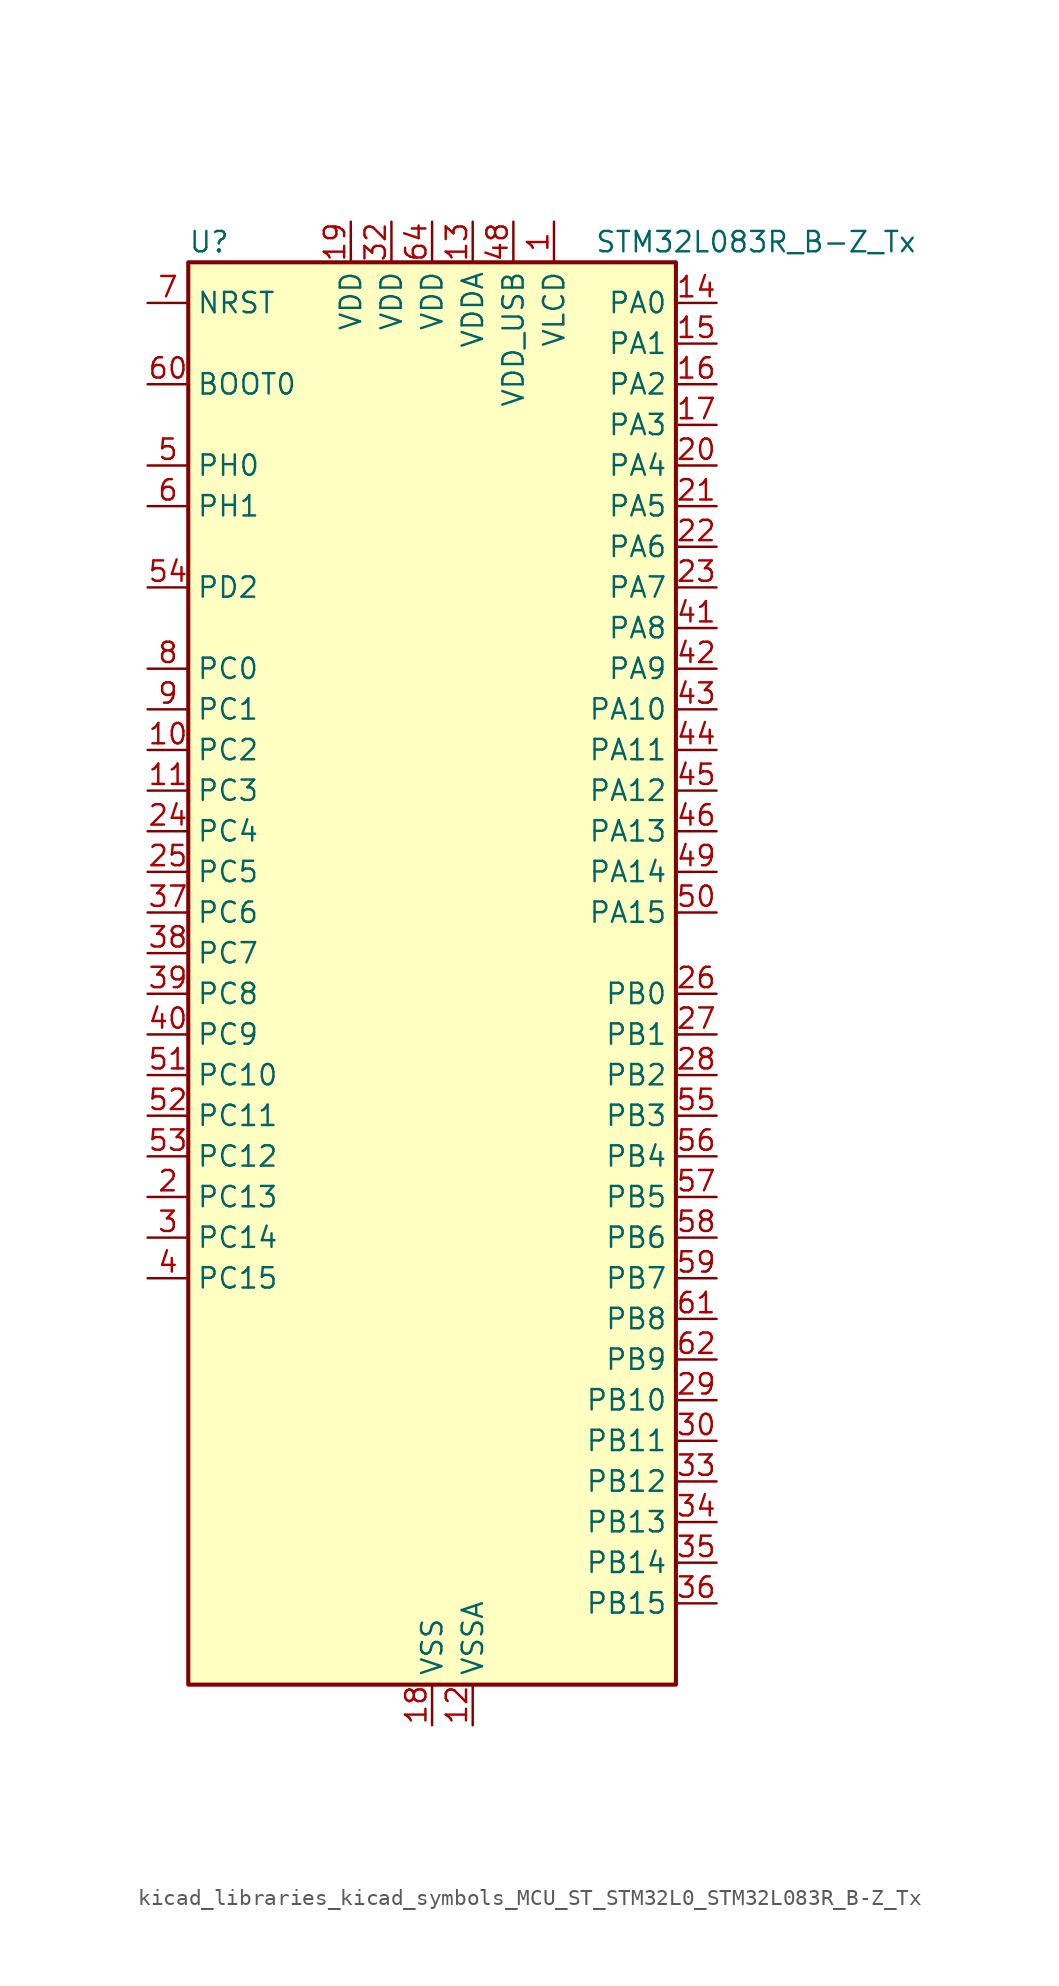
<source format=kicad_sym>
(kicad_symbol_lib
  (version 20220914)
  (generator kicad_symbol_editor)
  (symbol "kicad_libraries_kicad_symbols_MCU_ST_STM32L0_STM32L083R_B-Z_Tx"
    (property "Reference" "U"
      (at -15.24 46.99 0)
      (effects (font (size 1.27 1.27)) (justify left)))
    (property "Value" "STM32L083R_B-Z_Tx"
      (at 10.16 46.99 0)
      (effects (font (size 1.27 1.27)) (justify left)))
    (property "ki_locked" ""
      (at 0 0 0)
      (effects (font (size 1.27 1.27))))
    (symbol "kicad_libraries_kicad_symbols_MCU_ST_STM32L0_STM32L083R_B-Z_Tx_0_1"
      (rectangle (start -15.24 -43.18) (end 15.24 45.72) (stroke (width 0.254) (type default)) (fill (type background))))
    (symbol "kicad_libraries_kicad_symbols_MCU_ST_STM32L0_STM32L083R_B-Z_Tx_1_1"
      (pin power_in line (at 7.62 48.26 270) (length 2.54) (name "VLCD" (effects (font (size 1.27 1.27)))) (number "1" (effects (font (size 1.27 1.27)))))
      (pin bidirectional line (at -17.78 15.24 0) (length 2.54) (name "PC2" (effects (font (size 1.27 1.27)))) (number "10" (effects (font (size 1.27 1.27)))) (alternate "ADC_IN12" bidirectional line) (alternate "I2S2_MCK" bidirectional line) (alternate "LCD_SEG20" bidirectional line) (alternate "LPTIM1_IN2" bidirectional line) (alternate "SPI2_MISO" bidirectional line) (alternate "TSC_G7_IO3" bidirectional line))
      (pin bidirectional line (at -17.78 12.7 0) (length 2.54) (name "PC3" (effects (font (size 1.27 1.27)))) (number "11" (effects (font (size 1.27 1.27)))) (alternate "ADC_IN13" bidirectional line) (alternate "I2S2_SD" bidirectional line) (alternate "LCD_SEG21" bidirectional line) (alternate "LPTIM1_ETR" bidirectional line) (alternate "SPI2_MOSI" bidirectional line) (alternate "TSC_G7_IO4" bidirectional line))
      (pin power_in line (at 2.54 -45.72 90) (length 2.54) (name "VSSA" (effects (font (size 1.27 1.27)))) (number "12" (effects (font (size 1.27 1.27)))))
      (pin power_in line (at 2.54 48.26 270) (length 2.54) (name "VDDA" (effects (font (size 1.27 1.27)))) (number "13" (effects (font (size 1.27 1.27)))))
      (pin bidirectional line (at 17.78 43.18 180) (length 2.54) (name "PA0" (effects (font (size 1.27 1.27)))) (number "14" (effects (font (size 1.27 1.27)))) (alternate "ADC_IN0" bidirectional line) (alternate "COMP1_INM" bidirectional line) (alternate "COMP1_OUT" bidirectional line) (alternate "RTC_TAMP2" bidirectional line) (alternate "SYS_WKUP1" bidirectional line) (alternate "TIM2_CH1" bidirectional line) (alternate "TIM2_ETR" bidirectional line) (alternate "TSC_G1_IO1" bidirectional line) (alternate "USART2_CTS" bidirectional line) (alternate "USART4_TX" bidirectional line))
      (pin bidirectional line (at 17.78 40.64 180) (length 2.54) (name "PA1" (effects (font (size 1.27 1.27)))) (number "15" (effects (font (size 1.27 1.27)))) (alternate "ADC_IN1" bidirectional line) (alternate "COMP1_INP" bidirectional line) (alternate "LCD_SEG0" bidirectional line) (alternate "TIM21_ETR" bidirectional line) (alternate "TIM2_CH2" bidirectional line) (alternate "TSC_G1_IO2" bidirectional line) (alternate "USART2_DE" bidirectional line) (alternate "USART2_RTS" bidirectional line) (alternate "USART4_RX" bidirectional line))
      (pin bidirectional line (at 17.78 38.1 180) (length 2.54) (name "PA2" (effects (font (size 1.27 1.27)))) (number "16" (effects (font (size 1.27 1.27)))) (alternate "ADC_IN2" bidirectional line) (alternate "COMP2_INM" bidirectional line) (alternate "COMP2_OUT" bidirectional line) (alternate "LCD_SEG1" bidirectional line) (alternate "LPUART1_TX" bidirectional line) (alternate "TIM21_CH1" bidirectional line) (alternate "TIM2_CH3" bidirectional line) (alternate "TSC_G1_IO3" bidirectional line) (alternate "USART2_TX" bidirectional line))
      (pin bidirectional line (at 17.78 35.56 180) (length 2.54) (name "PA3" (effects (font (size 1.27 1.27)))) (number "17" (effects (font (size 1.27 1.27)))) (alternate "ADC_IN3" bidirectional line) (alternate "COMP2_INP" bidirectional line) (alternate "LCD_SEG2" bidirectional line) (alternate "LPUART1_RX" bidirectional line) (alternate "TIM21_CH2" bidirectional line) (alternate "TIM2_CH4" bidirectional line) (alternate "TSC_G1_IO4" bidirectional line) (alternate "USART2_RX" bidirectional line))
      (pin power_in line (at 0 -45.72 90) (length 2.54) (name "VSS" (effects (font (size 1.27 1.27)))) (number "18" (effects (font (size 1.27 1.27)))))
      (pin power_in line (at -5.08 48.26 270) (length 2.54) (name "VDD" (effects (font (size 1.27 1.27)))) (number "19" (effects (font (size 1.27 1.27)))))
      (pin bidirectional line (at -17.78 -12.7 0) (length 2.54) (name "PC13" (effects (font (size 1.27 1.27)))) (number "2" (effects (font (size 1.27 1.27)))) (alternate "RTC_OUT_ALARM" bidirectional line) (alternate "RTC_OUT_CALIB" bidirectional line) (alternate "RTC_TAMP1" bidirectional line) (alternate "RTC_TS" bidirectional line) (alternate "SYS_WKUP2" bidirectional line))
      (pin bidirectional line (at 17.78 33.02 180) (length 2.54) (name "PA4" (effects (font (size 1.27 1.27)))) (number "20" (effects (font (size 1.27 1.27)))) (alternate "ADC_IN4" bidirectional line) (alternate "COMP1_INM" bidirectional line) (alternate "COMP2_INM" bidirectional line) (alternate "DAC_OUT1" bidirectional line) (alternate "SPI1_NSS" bidirectional line) (alternate "TIM22_ETR" bidirectional line) (alternate "TSC_G2_IO1" bidirectional line) (alternate "USART2_CK" bidirectional line))
      (pin bidirectional line (at 17.78 30.48 180) (length 2.54) (name "PA5" (effects (font (size 1.27 1.27)))) (number "21" (effects (font (size 1.27 1.27)))) (alternate "ADC_IN5" bidirectional line) (alternate "COMP1_INM" bidirectional line) (alternate "COMP2_INM" bidirectional line) (alternate "DAC_OUT2" bidirectional line) (alternate "SPI1_SCK" bidirectional line) (alternate "TIM2_CH1" bidirectional line) (alternate "TIM2_ETR" bidirectional line) (alternate "TSC_G2_IO2" bidirectional line))
      (pin bidirectional line (at 17.78 27.94 180) (length 2.54) (name "PA6" (effects (font (size 1.27 1.27)))) (number "22" (effects (font (size 1.27 1.27)))) (alternate "ADC_IN6" bidirectional line) (alternate "COMP1_OUT" bidirectional line) (alternate "LCD_SEG3" bidirectional line) (alternate "LPUART1_CTS" bidirectional line) (alternate "SPI1_MISO" bidirectional line) (alternate "TIM22_CH1" bidirectional line) (alternate "TIM3_CH1" bidirectional line) (alternate "TSC_G2_IO3" bidirectional line))
      (pin bidirectional line (at 17.78 25.4 180) (length 2.54) (name "PA7" (effects (font (size 1.27 1.27)))) (number "23" (effects (font (size 1.27 1.27)))) (alternate "ADC_IN7" bidirectional line) (alternate "COMP2_OUT" bidirectional line) (alternate "LCD_SEG4" bidirectional line) (alternate "SPI1_MOSI" bidirectional line) (alternate "TIM22_CH2" bidirectional line) (alternate "TIM3_CH2" bidirectional line) (alternate "TSC_G2_IO4" bidirectional line))
      (pin bidirectional line (at -17.78 10.16 0) (length 2.54) (name "PC4" (effects (font (size 1.27 1.27)))) (number "24" (effects (font (size 1.27 1.27)))) (alternate "ADC_IN14" bidirectional line) (alternate "LCD_SEG22" bidirectional line) (alternate "LPUART1_TX" bidirectional line))
      (pin bidirectional line (at -17.78 7.62 0) (length 2.54) (name "PC5" (effects (font (size 1.27 1.27)))) (number "25" (effects (font (size 1.27 1.27)))) (alternate "ADC_IN15" bidirectional line) (alternate "LCD_SEG23" bidirectional line) (alternate "LPUART1_RX" bidirectional line) (alternate "TSC_G3_IO1" bidirectional line))
      (pin bidirectional line (at 17.78 0 180) (length 2.54) (name "PB0" (effects (font (size 1.27 1.27)))) (number "26" (effects (font (size 1.27 1.27)))) (alternate "ADC_IN8" bidirectional line) (alternate "LCD_SEG5" bidirectional line) (alternate "LCD_VLCD3" bidirectional line) (alternate "SYS_VREF_OUT_PB0" bidirectional line) (alternate "TIM3_CH3" bidirectional line) (alternate "TSC_G3_IO2" bidirectional line))
      (pin bidirectional line (at 17.78 -2.54 180) (length 2.54) (name "PB1" (effects (font (size 1.27 1.27)))) (number "27" (effects (font (size 1.27 1.27)))) (alternate "ADC_IN9" bidirectional line) (alternate "LCD_SEG6" bidirectional line) (alternate "LPUART1_DE" bidirectional line) (alternate "LPUART1_RTS" bidirectional line) (alternate "SYS_VREF_OUT_PB1" bidirectional line) (alternate "TIM3_CH4" bidirectional line) (alternate "TSC_G3_IO3" bidirectional line))
      (pin bidirectional line (at 17.78 -5.08 180) (length 2.54) (name "PB2" (effects (font (size 1.27 1.27)))) (number "28" (effects (font (size 1.27 1.27)))) (alternate "I2C3_SMBA" bidirectional line) (alternate "LCD_VLCD2" bidirectional line) (alternate "LPTIM1_OUT" bidirectional line) (alternate "TSC_G3_IO4" bidirectional line))
      (pin bidirectional line (at 17.78 -25.4 180) (length 2.54) (name "PB10" (effects (font (size 1.27 1.27)))) (number "29" (effects (font (size 1.27 1.27)))) (alternate "I2C2_SCL" bidirectional line) (alternate "LCD_SEG10" bidirectional line) (alternate "LPUART1_RX" bidirectional line) (alternate "LPUART1_TX" bidirectional line) (alternate "SPI2_SCK" bidirectional line) (alternate "TIM2_CH3" bidirectional line) (alternate "TSC_SYNC" bidirectional line))
      (pin bidirectional line (at -17.78 -15.24 0) (length 2.54) (name "PC14" (effects (font (size 1.27 1.27)))) (number "3" (effects (font (size 1.27 1.27)))) (alternate "RCC_OSC32_IN" bidirectional line))
      (pin bidirectional line (at 17.78 -27.94 180) (length 2.54) (name "PB11" (effects (font (size 1.27 1.27)))) (number "30" (effects (font (size 1.27 1.27)))) (alternate "ADC_EXTI11" bidirectional line) (alternate "I2C2_SDA" bidirectional line) (alternate "LCD_SEG11" bidirectional line) (alternate "LPUART1_RX" bidirectional line) (alternate "LPUART1_TX" bidirectional line) (alternate "TIM2_CH4" bidirectional line) (alternate "TSC_G6_IO1" bidirectional line))
      (pin passive line (at 0 -45.72 90) (length 2.54) hide (name "VSS" (effects (font (size 1.27 1.27)))) (number "31" (effects (font (size 1.27 1.27)))))
      (pin power_in line (at -2.54 48.26 270) (length 2.54) (name "VDD" (effects (font (size 1.27 1.27)))) (number "32" (effects (font (size 1.27 1.27)))))
      (pin bidirectional line (at 17.78 -30.48 180) (length 2.54) (name "PB12" (effects (font (size 1.27 1.27)))) (number "33" (effects (font (size 1.27 1.27)))) (alternate "I2S2_WS" bidirectional line) (alternate "LCD_SEG12" bidirectional line) (alternate "LCD_VLCD2" bidirectional line) (alternate "LPUART1_DE" bidirectional line) (alternate "LPUART1_RTS" bidirectional line) (alternate "SPI2_NSS" bidirectional line) (alternate "TSC_G6_IO2" bidirectional line))
      (pin bidirectional line (at 17.78 -33.02 180) (length 2.54) (name "PB13" (effects (font (size 1.27 1.27)))) (number "34" (effects (font (size 1.27 1.27)))) (alternate "I2C2_SCL" bidirectional line) (alternate "I2S2_CK" bidirectional line) (alternate "LCD_SEG13" bidirectional line) (alternate "LPUART1_CTS" bidirectional line) (alternate "RCC_MCO" bidirectional line) (alternate "SPI2_SCK" bidirectional line) (alternate "TIM21_CH1" bidirectional line) (alternate "TSC_G6_IO3" bidirectional line))
      (pin bidirectional line (at 17.78 -35.56 180) (length 2.54) (name "PB14" (effects (font (size 1.27 1.27)))) (number "35" (effects (font (size 1.27 1.27)))) (alternate "I2C2_SDA" bidirectional line) (alternate "I2S2_MCK" bidirectional line) (alternate "LCD_SEG14" bidirectional line) (alternate "LPUART1_DE" bidirectional line) (alternate "LPUART1_RTS" bidirectional line) (alternate "RTC_OUT_ALARM" bidirectional line) (alternate "RTC_OUT_CALIB" bidirectional line) (alternate "SPI2_MISO" bidirectional line) (alternate "TIM21_CH2" bidirectional line) (alternate "TSC_G6_IO4" bidirectional line))
      (pin bidirectional line (at 17.78 -38.1 180) (length 2.54) (name "PB15" (effects (font (size 1.27 1.27)))) (number "36" (effects (font (size 1.27 1.27)))) (alternate "I2S2_SD" bidirectional line) (alternate "LCD_SEG15" bidirectional line) (alternate "RTC_REFIN" bidirectional line) (alternate "SPI2_MOSI" bidirectional line))
      (pin bidirectional line (at -17.78 5.08 0) (length 2.54) (name "PC6" (effects (font (size 1.27 1.27)))) (number "37" (effects (font (size 1.27 1.27)))) (alternate "LCD_SEG24" bidirectional line) (alternate "TIM22_CH1" bidirectional line) (alternate "TIM3_CH1" bidirectional line) (alternate "TSC_G8_IO1" bidirectional line))
      (pin bidirectional line (at -17.78 2.54 0) (length 2.54) (name "PC7" (effects (font (size 1.27 1.27)))) (number "38" (effects (font (size 1.27 1.27)))) (alternate "LCD_SEG25" bidirectional line) (alternate "TIM22_CH2" bidirectional line) (alternate "TIM3_CH2" bidirectional line) (alternate "TSC_G8_IO2" bidirectional line))
      (pin bidirectional line (at -17.78 0 0) (length 2.54) (name "PC8" (effects (font (size 1.27 1.27)))) (number "39" (effects (font (size 1.27 1.27)))) (alternate "LCD_SEG26" bidirectional line) (alternate "TIM22_ETR" bidirectional line) (alternate "TIM3_CH3" bidirectional line) (alternate "TSC_G8_IO3" bidirectional line))
      (pin bidirectional line (at -17.78 -17.78 0) (length 2.54) (name "PC15" (effects (font (size 1.27 1.27)))) (number "4" (effects (font (size 1.27 1.27)))) (alternate "RCC_OSC32_OUT" bidirectional line))
      (pin bidirectional line (at -17.78 -2.54 0) (length 2.54) (name "PC9" (effects (font (size 1.27 1.27)))) (number "40" (effects (font (size 1.27 1.27)))) (alternate "DAC_EXTI9" bidirectional line) (alternate "I2C3_SDA" bidirectional line) (alternate "LCD_SEG27" bidirectional line) (alternate "TIM21_ETR" bidirectional line) (alternate "TIM3_CH4" bidirectional line) (alternate "TSC_G8_IO4" bidirectional line) (alternate "USB_NOE" bidirectional line))
      (pin bidirectional line (at 17.78 22.86 180) (length 2.54) (name "PA8" (effects (font (size 1.27 1.27)))) (number "41" (effects (font (size 1.27 1.27)))) (alternate "CRS_SYNC" bidirectional line) (alternate "I2C3_SCL" bidirectional line) (alternate "LCD_COM0" bidirectional line) (alternate "RCC_MCO" bidirectional line) (alternate "USART1_CK" bidirectional line))
      (pin bidirectional line (at 17.78 20.32 180) (length 2.54) (name "PA9" (effects (font (size 1.27 1.27)))) (number "42" (effects (font (size 1.27 1.27)))) (alternate "DAC_EXTI9" bidirectional line) (alternate "I2C1_SCL" bidirectional line) (alternate "I2C3_SMBA" bidirectional line) (alternate "LCD_COM1" bidirectional line) (alternate "RCC_MCO" bidirectional line) (alternate "TSC_G4_IO1" bidirectional line) (alternate "USART1_TX" bidirectional line))
      (pin bidirectional line (at 17.78 17.78 180) (length 2.54) (name "PA10" (effects (font (size 1.27 1.27)))) (number "43" (effects (font (size 1.27 1.27)))) (alternate "I2C1_SDA" bidirectional line) (alternate "LCD_COM2" bidirectional line) (alternate "TSC_G4_IO2" bidirectional line) (alternate "USART1_RX" bidirectional line))
      (pin bidirectional line (at 17.78 15.24 180) (length 2.54) (name "PA11" (effects (font (size 1.27 1.27)))) (number "44" (effects (font (size 1.27 1.27)))) (alternate "ADC_EXTI11" bidirectional line) (alternate "COMP1_OUT" bidirectional line) (alternate "SPI1_MISO" bidirectional line) (alternate "TSC_G4_IO3" bidirectional line) (alternate "USART1_CTS" bidirectional line) (alternate "USB_DM" bidirectional line))
      (pin bidirectional line (at 17.78 12.7 180) (length 2.54) (name "PA12" (effects (font (size 1.27 1.27)))) (number "45" (effects (font (size 1.27 1.27)))) (alternate "COMP2_OUT" bidirectional line) (alternate "SPI1_MOSI" bidirectional line) (alternate "TSC_G4_IO4" bidirectional line) (alternate "USART1_DE" bidirectional line) (alternate "USART1_RTS" bidirectional line) (alternate "USB_DP" bidirectional line))
      (pin bidirectional line (at 17.78 10.16 180) (length 2.54) (name "PA13" (effects (font (size 1.27 1.27)))) (number "46" (effects (font (size 1.27 1.27)))) (alternate "LPUART1_RX" bidirectional line) (alternate "SYS_SWDIO" bidirectional line) (alternate "USB_NOE" bidirectional line))
      (pin passive line (at 0 -45.72 90) (length 2.54) hide (name "VSS" (effects (font (size 1.27 1.27)))) (number "47" (effects (font (size 1.27 1.27)))))
      (pin power_in line (at 5.08 48.26 270) (length 2.54) (name "VDD_USB" (effects (font (size 1.27 1.27)))) (number "48" (effects (font (size 1.27 1.27)))))
      (pin bidirectional line (at 17.78 7.62 180) (length 2.54) (name "PA14" (effects (font (size 1.27 1.27)))) (number "49" (effects (font (size 1.27 1.27)))) (alternate "LPUART1_TX" bidirectional line) (alternate "SYS_SWCLK" bidirectional line) (alternate "USART2_TX" bidirectional line))
      (pin bidirectional line (at -17.78 33.02 0) (length 2.54) (name "PH0" (effects (font (size 1.27 1.27)))) (number "5" (effects (font (size 1.27 1.27)))) (alternate "CRS_SYNC" bidirectional line) (alternate "RCC_OSC_IN" bidirectional line))
      (pin bidirectional line (at 17.78 5.08 180) (length 2.54) (name "PA15" (effects (font (size 1.27 1.27)))) (number "50" (effects (font (size 1.27 1.27)))) (alternate "LCD_SEG17" bidirectional line) (alternate "SPI1_NSS" bidirectional line) (alternate "TIM2_CH1" bidirectional line) (alternate "TIM2_ETR" bidirectional line) (alternate "USART2_RX" bidirectional line) (alternate "USART4_DE" bidirectional line) (alternate "USART4_RTS" bidirectional line))
      (pin bidirectional line (at -17.78 -5.08 0) (length 2.54) (name "PC10" (effects (font (size 1.27 1.27)))) (number "51" (effects (font (size 1.27 1.27)))) (alternate "LCD_COM4" bidirectional line) (alternate "LCD_SEG28" bidirectional line) (alternate "LPUART1_TX" bidirectional line) (alternate "USART4_TX" bidirectional line))
      (pin bidirectional line (at -17.78 -7.62 0) (length 2.54) (name "PC11" (effects (font (size 1.27 1.27)))) (number "52" (effects (font (size 1.27 1.27)))) (alternate "ADC_EXTI11" bidirectional line) (alternate "LCD_COM5" bidirectional line) (alternate "LCD_SEG29" bidirectional line) (alternate "LPUART1_RX" bidirectional line) (alternate "USART4_RX" bidirectional line))
      (pin bidirectional line (at -17.78 -10.16 0) (length 2.54) (name "PC12" (effects (font (size 1.27 1.27)))) (number "53" (effects (font (size 1.27 1.27)))) (alternate "LCD_COM6" bidirectional line) (alternate "LCD_SEG30" bidirectional line) (alternate "USART4_CK" bidirectional line) (alternate "USART5_TX" bidirectional line))
      (pin bidirectional line (at -17.78 25.4 0) (length 2.54) (name "PD2" (effects (font (size 1.27 1.27)))) (number "54" (effects (font (size 1.27 1.27)))) (alternate "LCD_COM7" bidirectional line) (alternate "LCD_SEG31" bidirectional line) (alternate "LPUART1_DE" bidirectional line) (alternate "LPUART1_RTS" bidirectional line) (alternate "TIM3_ETR" bidirectional line) (alternate "USART5_RX" bidirectional line))
      (pin bidirectional line (at 17.78 -7.62 180) (length 2.54) (name "PB3" (effects (font (size 1.27 1.27)))) (number "55" (effects (font (size 1.27 1.27)))) (alternate "COMP2_INM" bidirectional line) (alternate "LCD_SEG7" bidirectional line) (alternate "SPI1_SCK" bidirectional line) (alternate "TIM2_CH2" bidirectional line) (alternate "TSC_G5_IO1" bidirectional line) (alternate "USART1_DE" bidirectional line) (alternate "USART1_RTS" bidirectional line) (alternate "USART5_TX" bidirectional line))
      (pin bidirectional line (at 17.78 -10.16 180) (length 2.54) (name "PB4" (effects (font (size 1.27 1.27)))) (number "56" (effects (font (size 1.27 1.27)))) (alternate "COMP2_INP" bidirectional line) (alternate "I2C3_SDA" bidirectional line) (alternate "LCD_SEG8" bidirectional line) (alternate "SPI1_MISO" bidirectional line) (alternate "TIM22_CH1" bidirectional line) (alternate "TIM3_CH1" bidirectional line) (alternate "TSC_G5_IO2" bidirectional line) (alternate "USART1_CTS" bidirectional line) (alternate "USART5_RX" bidirectional line))
      (pin bidirectional line (at 17.78 -12.7 180) (length 2.54) (name "PB5" (effects (font (size 1.27 1.27)))) (number "57" (effects (font (size 1.27 1.27)))) (alternate "COMP2_INP" bidirectional line) (alternate "I2C1_SMBA" bidirectional line) (alternate "LCD_SEG9" bidirectional line) (alternate "LPTIM1_IN1" bidirectional line) (alternate "SPI1_MOSI" bidirectional line) (alternate "TIM22_CH2" bidirectional line) (alternate "TIM3_CH2" bidirectional line) (alternate "USART1_CK" bidirectional line) (alternate "USART5_CK" bidirectional line) (alternate "USART5_DE" bidirectional line) (alternate "USART5_RTS" bidirectional line))
      (pin bidirectional line (at 17.78 -15.24 180) (length 2.54) (name "PB6" (effects (font (size 1.27 1.27)))) (number "58" (effects (font (size 1.27 1.27)))) (alternate "COMP2_INP" bidirectional line) (alternate "I2C1_SCL" bidirectional line) (alternate "LPTIM1_ETR" bidirectional line) (alternate "TSC_G5_IO3" bidirectional line) (alternate "USART1_TX" bidirectional line))
      (pin bidirectional line (at 17.78 -17.78 180) (length 2.54) (name "PB7" (effects (font (size 1.27 1.27)))) (number "59" (effects (font (size 1.27 1.27)))) (alternate "COMP2_INP" bidirectional line) (alternate "I2C1_SDA" bidirectional line) (alternate "LPTIM1_IN2" bidirectional line) (alternate "SYS_PVD_IN" bidirectional line) (alternate "TSC_G5_IO4" bidirectional line) (alternate "USART1_RX" bidirectional line) (alternate "USART4_CTS" bidirectional line))
      (pin bidirectional line (at -17.78 30.48 0) (length 2.54) (name "PH1" (effects (font (size 1.27 1.27)))) (number "6" (effects (font (size 1.27 1.27)))) (alternate "RCC_OSC_OUT" bidirectional line))
      (pin input line (at -17.78 38.1 0) (length 2.54) (name "BOOT0" (effects (font (size 1.27 1.27)))) (number "60" (effects (font (size 1.27 1.27)))))
      (pin bidirectional line (at 17.78 -20.32 180) (length 2.54) (name "PB8" (effects (font (size 1.27 1.27)))) (number "61" (effects (font (size 1.27 1.27)))) (alternate "I2C1_SCL" bidirectional line) (alternate "LCD_SEG16" bidirectional line) (alternate "TSC_SYNC" bidirectional line))
      (pin bidirectional line (at 17.78 -22.86 180) (length 2.54) (name "PB9" (effects (font (size 1.27 1.27)))) (number "62" (effects (font (size 1.27 1.27)))) (alternate "DAC_EXTI9" bidirectional line) (alternate "I2C1_SDA" bidirectional line) (alternate "I2S2_WS" bidirectional line) (alternate "LCD_COM3" bidirectional line) (alternate "SPI2_NSS" bidirectional line))
      (pin passive line (at 0 -45.72 90) (length 2.54) hide (name "VSS" (effects (font (size 1.27 1.27)))) (number "63" (effects (font (size 1.27 1.27)))))
      (pin power_in line (at 0 48.26 270) (length 2.54) (name "VDD" (effects (font (size 1.27 1.27)))) (number "64" (effects (font (size 1.27 1.27)))))
      (pin input line (at -17.78 43.18 0) (length 2.54) (name "NRST" (effects (font (size 1.27 1.27)))) (number "7" (effects (font (size 1.27 1.27)))))
      (pin bidirectional line (at -17.78 20.32 0) (length 2.54) (name "PC0" (effects (font (size 1.27 1.27)))) (number "8" (effects (font (size 1.27 1.27)))) (alternate "ADC_IN10" bidirectional line) (alternate "I2C3_SCL" bidirectional line) (alternate "LCD_SEG18" bidirectional line) (alternate "LPTIM1_IN1" bidirectional line) (alternate "LPUART1_RX" bidirectional line) (alternate "TSC_G7_IO1" bidirectional line))
      (pin bidirectional line (at -17.78 17.78 0) (length 2.54) (name "PC1" (effects (font (size 1.27 1.27)))) (number "9" (effects (font (size 1.27 1.27)))) (alternate "ADC_IN11" bidirectional line) (alternate "I2C3_SDA" bidirectional line) (alternate "LCD_SEG19" bidirectional line) (alternate "LPTIM1_OUT" bidirectional line) (alternate "LPUART1_TX" bidirectional line) (alternate "TSC_G7_IO2" bidirectional line)))))
</source>
